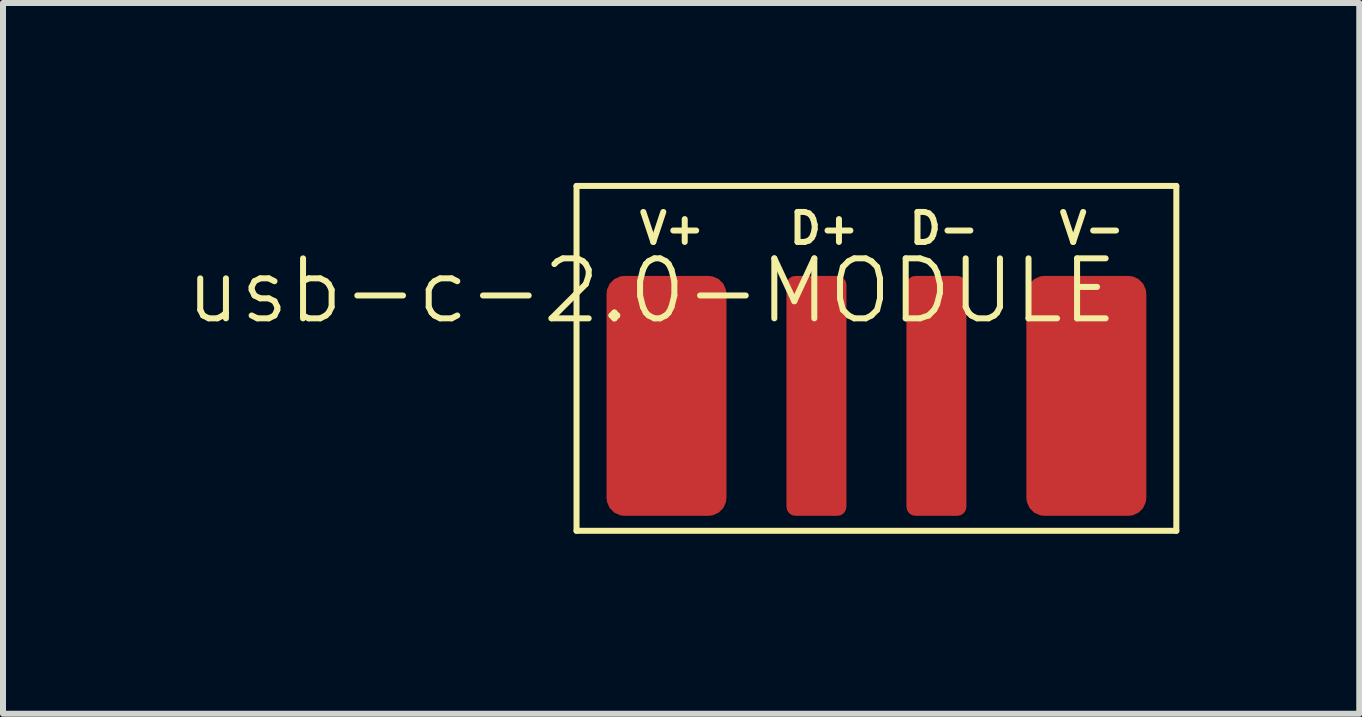
<source format=kicad_pcb>
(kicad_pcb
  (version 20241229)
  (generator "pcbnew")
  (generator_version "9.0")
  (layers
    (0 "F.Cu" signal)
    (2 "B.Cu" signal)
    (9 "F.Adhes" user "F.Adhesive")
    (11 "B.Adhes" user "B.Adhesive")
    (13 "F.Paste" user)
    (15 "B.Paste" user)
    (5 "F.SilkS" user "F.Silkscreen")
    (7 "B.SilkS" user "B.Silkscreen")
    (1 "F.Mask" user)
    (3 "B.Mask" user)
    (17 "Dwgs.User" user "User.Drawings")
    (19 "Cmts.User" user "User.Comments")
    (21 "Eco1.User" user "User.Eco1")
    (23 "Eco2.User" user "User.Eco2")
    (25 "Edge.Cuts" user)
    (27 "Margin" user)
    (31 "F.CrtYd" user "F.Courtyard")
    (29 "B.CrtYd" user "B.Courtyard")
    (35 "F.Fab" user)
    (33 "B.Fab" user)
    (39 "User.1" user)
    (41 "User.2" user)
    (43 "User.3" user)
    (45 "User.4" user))
  (footprint "usb-c-2.0-MODULE"
    (layer "F.Cu")
    (at 7.812 1.55)
    (property "Reference" "usb-c-2.0-MODULE" (at 0 0.25 0) (unlocked yes) (layer "F.SilkS") (effects (font (size 1 1) (thickness 0.1))))
    (attr smd)
    (fp_line (start -1.25 -1.5) (end -1.25 4.25) (stroke (width 0.1) (type default)) (layer "F.SilkS"))
    (fp_line (start -1.25 4.25) (end 8.75 4.25) (stroke (width 0.1) (type default)) (layer "F.SilkS"))
    (fp_line (start 8.75 -1.5) (end -1.25 -1.5) (stroke (width 0.1) (type default)) (layer "F.SilkS"))
    (fp_line (start 8.75 4.25) (end 8.75 -1.5) (stroke (width 0.1) (type default)) (layer "F.SilkS"))
    (fp_text user "V-" (at 6.75 -0.5 0) (unlocked yes) (layer "F.SilkS") (effects (font (size 0.5 0.5) (thickness 0.1)) (justify left bottom)))
    (fp_text user "D+" (at 2.25 -0.5 0) (unlocked yes) (layer "F.SilkS") (effects (font (size 0.5 0.5) (thickness 0.1)) (justify left bottom)))
    (fp_text user "V+" (at -0.25 -0.5 0) (unlocked yes) (layer "F.SilkS") (effects (font (size 0.5 0.5) (thickness 0.1)) (justify left bottom)))
    (fp_text user "D-" (at 4.25 -0.5 0) (unlocked yes) (layer "F.SilkS") (effects (font (size 0.5 0.5) (thickness 0.1)) (justify left bottom)))
    (pad "1" smd roundrect (at 0.25 2) (size 2 4) (layers "F.Cu" "F.Mask" "F.Paste") (roundrect_rratio 0.15))
    (pad "2" smd roundrect (at 2.75 2) (size 1 4) (layers "F.Cu" "F.Mask" "F.Paste") (roundrect_rratio 0.15))
    (pad "3" smd roundrect (at 4.75 2) (size 1 4) (layers "F.Cu" "F.Mask" "F.Paste") (roundrect_rratio 0.15))
    (pad "4" smd roundrect (at 7.25 2) (size 2 4) (layers "F.Cu" "F.Mask" "F.Paste") (roundrect_rratio 0.15)))
  (gr_rect
    (start -3 -3)
    (end 19.612 8.85)
    (stroke (width 0.1) (type default))
    (fill no)
    (layer "Edge.Cuts")))
</source>
